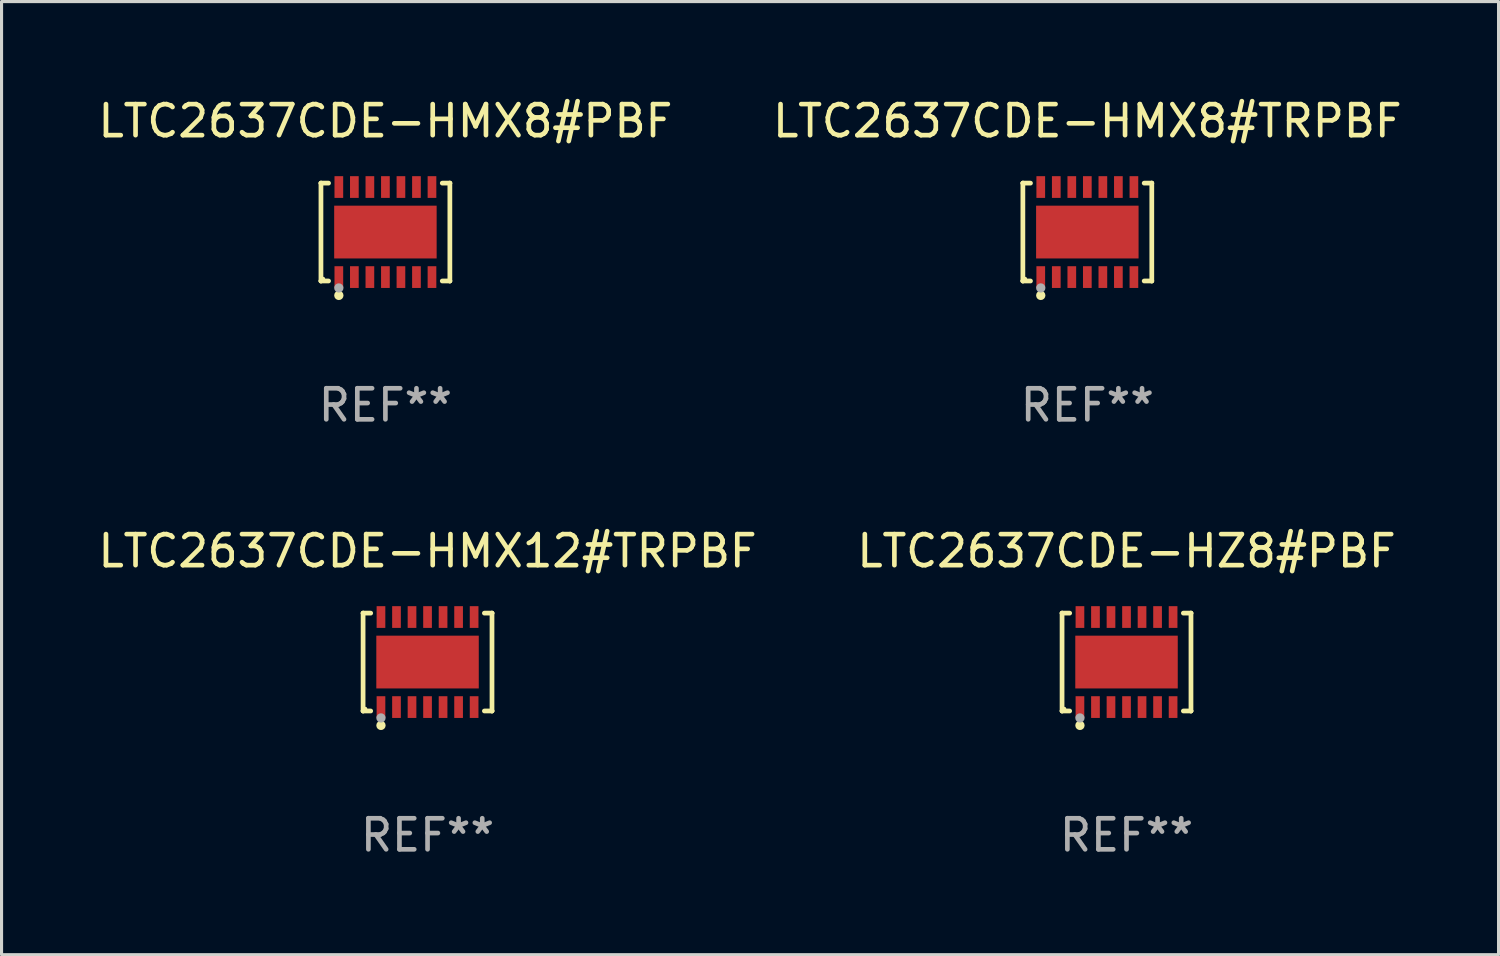
<source format=kicad_pcb>
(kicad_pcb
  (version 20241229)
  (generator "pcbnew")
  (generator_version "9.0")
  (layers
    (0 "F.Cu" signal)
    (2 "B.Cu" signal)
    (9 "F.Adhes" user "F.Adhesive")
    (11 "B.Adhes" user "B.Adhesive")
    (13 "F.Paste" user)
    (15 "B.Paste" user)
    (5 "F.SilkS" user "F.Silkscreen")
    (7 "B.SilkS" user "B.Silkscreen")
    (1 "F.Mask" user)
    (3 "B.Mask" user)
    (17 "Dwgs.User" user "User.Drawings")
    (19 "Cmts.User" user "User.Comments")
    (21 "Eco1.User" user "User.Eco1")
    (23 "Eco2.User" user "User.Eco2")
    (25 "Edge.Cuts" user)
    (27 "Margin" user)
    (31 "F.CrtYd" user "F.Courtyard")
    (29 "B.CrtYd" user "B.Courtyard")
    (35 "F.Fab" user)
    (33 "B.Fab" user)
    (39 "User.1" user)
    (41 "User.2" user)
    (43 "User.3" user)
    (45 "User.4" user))
  (footprint "LTC2637CDE-HMX12#TRPBF"
    (layer "F.Cu")
    (at 10.72 18.273)
    (property "Reference" "LTC2637CDE-HMX12#TRPBF" (at 0 -3.576 0) (layer "F.SilkS") (effects (font (size 1 1) (thickness 0.15))))
    (attr through_hole)
    (fp_line (start -2.076 -1.576) (end -2.076 -1.576) (stroke (width 0.152) (type solid)) (layer "F.SilkS"))
    (fp_line (start -2.076 -1.576) (end -1.831 -1.576) (stroke (width 0.152) (type solid)) (layer "F.SilkS"))
    (fp_line (start -2.076 1.576) (end -2.076 -1.576) (stroke (width 0.152) (type solid)) (layer "F.SilkS"))
    (fp_line (start -2.076 1.576) (end -2.076 1.576) (stroke (width 0.152) (type solid)) (layer "F.SilkS"))
    (fp_line (start -1.831 1.576) (end -2.076 1.576) (stroke (width 0.152) (type solid)) (layer "F.SilkS"))
    (fp_line (start 1.831 1.576) (end 2.076 1.576) (stroke (width 0.152) (type solid)) (layer "F.SilkS"))
    (fp_line (start 2.076 -1.576) (end 1.831 -1.576) (stroke (width 0.152) (type solid)) (layer "F.SilkS"))
    (fp_line (start 2.076 -1.576) (end 2.076 -1.576) (stroke (width 0.152) (type solid)) (layer "F.SilkS"))
    (fp_line (start 2.076 1.576) (end 2.076 -1.576) (stroke (width 0.152) (type solid)) (layer "F.SilkS"))
    (fp_line (start 2.076 1.576) (end 2.076 1.576) (stroke (width 0.152) (type solid)) (layer "F.SilkS"))
    (fp_circle (center -2 1.5) (end -1.97 1.5) (stroke (width 0.06) (type solid)) (fill no) (layer "F.SilkS"))
    (fp_circle (center -1.5 2.04) (end -1.425 2.04) (stroke (width 0.15) (type solid)) (fill no) (layer "F.SilkS"))
    (fp_circle (center -1.5 1.8) (end -1.425 1.8) (stroke (width 0.15) (type solid)) (fill no) (layer "F.Fab"))
    (fp_text user "REF**" (at 0 5.576 0) (layer "F.Fab") (effects (font (size 1 1) (thickness 0.15))))
    (pad "1" smd rect (at -1.5 1.45) (size 0.28 0.7) (layers "F.Cu" "F.Mask" "F.Paste"))
    (pad "2" smd rect (at -1 1.45) (size 0.28 0.7) (layers "F.Cu" "F.Mask" "F.Paste"))
    (pad "3" smd rect (at -0.5 1.45) (size 0.28 0.7) (layers "F.Cu" "F.Mask" "F.Paste"))
    (pad "4" smd rect (at 0 1.45) (size 0.28 0.7) (layers "F.Cu" "F.Mask" "F.Paste"))
    (pad "5" smd rect (at 0.5 1.45) (size 0.28 0.7) (layers "F.Cu" "F.Mask" "F.Paste"))
    (pad "6" smd rect (at 1 1.45) (size 0.28 0.7) (layers "F.Cu" "F.Mask" "F.Paste"))
    (pad "7" smd rect (at 1.5 1.45) (size 0.28 0.7) (layers "F.Cu" "F.Mask" "F.Paste"))
    (pad "8" smd rect (at 1.5 -1.45) (size 0.28 0.7) (layers "F.Cu" "F.Mask" "F.Paste"))
    (pad "9" smd rect (at 1 -1.45) (size 0.28 0.7) (layers "F.Cu" "F.Mask" "F.Paste"))
    (pad "10" smd rect (at 0.5 -1.45) (size 0.28 0.7) (layers "F.Cu" "F.Mask" "F.Paste"))
    (pad "11" smd rect (at 0 -1.45) (size 0.28 0.7) (layers "F.Cu" "F.Mask" "F.Paste"))
    (pad "12" smd rect (at -0.5 -1.45) (size 0.28 0.7) (layers "F.Cu" "F.Mask" "F.Paste"))
    (pad "13" smd rect (at -1 -1.45) (size 0.28 0.7) (layers "F.Cu" "F.Mask" "F.Paste"))
    (pad "14" smd rect (at -1.5 -1.45) (size 0.28 0.7) (layers "F.Cu" "F.Mask" "F.Paste"))
    (pad "15" smd rect (at 0 0) (size 3.3 1.7) (layers "F.Cu" "F.Mask" "F.Paste")))
  (footprint "LTC2637CDE-HZ8#PBF"
    (layer "F.Cu")
    (at 33.232 18.273)
    (property "Reference" "LTC2637CDE-HZ8#PBF" (at 0 -3.576 0) (layer "F.SilkS") (effects (font (size 1 1) (thickness 0.15))))
    (attr through_hole)
    (fp_line (start -2.076 -1.576) (end -2.076 -1.576) (stroke (width 0.152) (type solid)) (layer "F.SilkS"))
    (fp_line (start -2.076 -1.576) (end -1.831 -1.576) (stroke (width 0.152) (type solid)) (layer "F.SilkS"))
    (fp_line (start -2.076 1.576) (end -2.076 -1.576) (stroke (width 0.152) (type solid)) (layer "F.SilkS"))
    (fp_line (start -2.076 1.576) (end -2.076 1.576) (stroke (width 0.152) (type solid)) (layer "F.SilkS"))
    (fp_line (start -1.831 1.576) (end -2.076 1.576) (stroke (width 0.152) (type solid)) (layer "F.SilkS"))
    (fp_line (start 1.831 1.576) (end 2.076 1.576) (stroke (width 0.152) (type solid)) (layer "F.SilkS"))
    (fp_line (start 2.076 -1.576) (end 1.831 -1.576) (stroke (width 0.152) (type solid)) (layer "F.SilkS"))
    (fp_line (start 2.076 -1.576) (end 2.076 -1.576) (stroke (width 0.152) (type solid)) (layer "F.SilkS"))
    (fp_line (start 2.076 1.576) (end 2.076 -1.576) (stroke (width 0.152) (type solid)) (layer "F.SilkS"))
    (fp_line (start 2.076 1.576) (end 2.076 1.576) (stroke (width 0.152) (type solid)) (layer "F.SilkS"))
    (fp_circle (center -2 1.5) (end -1.97 1.5) (stroke (width 0.06) (type solid)) (fill no) (layer "F.SilkS"))
    (fp_circle (center -1.5 2.04) (end -1.425 2.04) (stroke (width 0.15) (type solid)) (fill no) (layer "F.SilkS"))
    (fp_circle (center -1.5 1.8) (end -1.425 1.8) (stroke (width 0.15) (type solid)) (fill no) (layer "F.Fab"))
    (fp_text user "REF**" (at 0 5.576 0) (layer "F.Fab") (effects (font (size 1 1) (thickness 0.15))))
    (pad "1" smd rect (at -1.5 1.45) (size 0.28 0.7) (layers "F.Cu" "F.Mask" "F.Paste"))
    (pad "2" smd rect (at -1 1.45) (size 0.28 0.7) (layers "F.Cu" "F.Mask" "F.Paste"))
    (pad "3" smd rect (at -0.5 1.45) (size 0.28 0.7) (layers "F.Cu" "F.Mask" "F.Paste"))
    (pad "4" smd rect (at 0 1.45) (size 0.28 0.7) (layers "F.Cu" "F.Mask" "F.Paste"))
    (pad "5" smd rect (at 0.5 1.45) (size 0.28 0.7) (layers "F.Cu" "F.Mask" "F.Paste"))
    (pad "6" smd rect (at 1 1.45) (size 0.28 0.7) (layers "F.Cu" "F.Mask" "F.Paste"))
    (pad "7" smd rect (at 1.5 1.45) (size 0.28 0.7) (layers "F.Cu" "F.Mask" "F.Paste"))
    (pad "8" smd rect (at 1.5 -1.45) (size 0.28 0.7) (layers "F.Cu" "F.Mask" "F.Paste"))
    (pad "9" smd rect (at 1 -1.45) (size 0.28 0.7) (layers "F.Cu" "F.Mask" "F.Paste"))
    (pad "10" smd rect (at 0.5 -1.45) (size 0.28 0.7) (layers "F.Cu" "F.Mask" "F.Paste"))
    (pad "11" smd rect (at 0 -1.45) (size 0.28 0.7) (layers "F.Cu" "F.Mask" "F.Paste"))
    (pad "12" smd rect (at -0.5 -1.45) (size 0.28 0.7) (layers "F.Cu" "F.Mask" "F.Paste"))
    (pad "13" smd rect (at -1 -1.45) (size 0.28 0.7) (layers "F.Cu" "F.Mask" "F.Paste"))
    (pad "14" smd rect (at -1.5 -1.45) (size 0.28 0.7) (layers "F.Cu" "F.Mask" "F.Paste"))
    (pad "15" smd rect (at 0 0) (size 3.3 1.7) (layers "F.Cu" "F.Mask" "F.Paste")))
  (footprint "LTC2637CDE-HMX8#TRPBF"
    (layer "F.Cu")
    (at 31.97 4.424)
    (property "Reference" "LTC2637CDE-HMX8#TRPBF" (at 0 -3.576 0) (layer "F.SilkS") (effects (font (size 1 1) (thickness 0.15))))
    (attr through_hole)
    (fp_line (start -2.076 -1.576) (end -2.076 -1.576) (stroke (width 0.152) (type solid)) (layer "F.SilkS"))
    (fp_line (start -2.076 -1.576) (end -1.831 -1.576) (stroke (width 0.152) (type solid)) (layer "F.SilkS"))
    (fp_line (start -2.076 1.576) (end -2.076 -1.576) (stroke (width 0.152) (type solid)) (layer "F.SilkS"))
    (fp_line (start -2.076 1.576) (end -2.076 1.576) (stroke (width 0.152) (type solid)) (layer "F.SilkS"))
    (fp_line (start -1.831 1.576) (end -2.076 1.576) (stroke (width 0.152) (type solid)) (layer "F.SilkS"))
    (fp_line (start 1.831 1.576) (end 2.076 1.576) (stroke (width 0.152) (type solid)) (layer "F.SilkS"))
    (fp_line (start 2.076 -1.576) (end 1.831 -1.576) (stroke (width 0.152) (type solid)) (layer "F.SilkS"))
    (fp_line (start 2.076 -1.576) (end 2.076 -1.576) (stroke (width 0.152) (type solid)) (layer "F.SilkS"))
    (fp_line (start 2.076 1.576) (end 2.076 -1.576) (stroke (width 0.152) (type solid)) (layer "F.SilkS"))
    (fp_line (start 2.076 1.576) (end 2.076 1.576) (stroke (width 0.152) (type solid)) (layer "F.SilkS"))
    (fp_circle (center -2 1.5) (end -1.97 1.5) (stroke (width 0.06) (type solid)) (fill no) (layer "F.SilkS"))
    (fp_circle (center -1.5 2.04) (end -1.425 2.04) (stroke (width 0.15) (type solid)) (fill no) (layer "F.SilkS"))
    (fp_circle (center -1.5 1.8) (end -1.425 1.8) (stroke (width 0.15) (type solid)) (fill no) (layer "F.Fab"))
    (fp_text user "REF**" (at 0 5.576 0) (layer "F.Fab") (effects (font (size 1 1) (thickness 0.15))))
    (pad "1" smd rect (at -1.5 1.45) (size 0.28 0.7) (layers "F.Cu" "F.Mask" "F.Paste"))
    (pad "2" smd rect (at -1 1.45) (size 0.28 0.7) (layers "F.Cu" "F.Mask" "F.Paste"))
    (pad "3" smd rect (at -0.5 1.45) (size 0.28 0.7) (layers "F.Cu" "F.Mask" "F.Paste"))
    (pad "4" smd rect (at 0 1.45) (size 0.28 0.7) (layers "F.Cu" "F.Mask" "F.Paste"))
    (pad "5" smd rect (at 0.5 1.45) (size 0.28 0.7) (layers "F.Cu" "F.Mask" "F.Paste"))
    (pad "6" smd rect (at 1 1.45) (size 0.28 0.7) (layers "F.Cu" "F.Mask" "F.Paste"))
    (pad "7" smd rect (at 1.5 1.45) (size 0.28 0.7) (layers "F.Cu" "F.Mask" "F.Paste"))
    (pad "8" smd rect (at 1.5 -1.45) (size 0.28 0.7) (layers "F.Cu" "F.Mask" "F.Paste"))
    (pad "9" smd rect (at 1 -1.45) (size 0.28 0.7) (layers "F.Cu" "F.Mask" "F.Paste"))
    (pad "10" smd rect (at 0.5 -1.45) (size 0.28 0.7) (layers "F.Cu" "F.Mask" "F.Paste"))
    (pad "11" smd rect (at 0 -1.45) (size 0.28 0.7) (layers "F.Cu" "F.Mask" "F.Paste"))
    (pad "12" smd rect (at -0.5 -1.45) (size 0.28 0.7) (layers "F.Cu" "F.Mask" "F.Paste"))
    (pad "13" smd rect (at -1 -1.45) (size 0.28 0.7) (layers "F.Cu" "F.Mask" "F.Paste"))
    (pad "14" smd rect (at -1.5 -1.45) (size 0.28 0.7) (layers "F.Cu" "F.Mask" "F.Paste"))
    (pad "15" smd rect (at 0 0) (size 3.3 1.7) (layers "F.Cu" "F.Mask" "F.Paste")))
  (footprint "LTC2637CDE-HMX8#PBF"
    (layer "F.Cu")
    (at 9.363 4.424)
    (property "Reference" "LTC2637CDE-HMX8#PBF" (at 0 -3.576 0) (layer "F.SilkS") (effects (font (size 1 1) (thickness 0.15))))
    (attr through_hole)
    (fp_line (start -2.076 -1.576) (end -2.076 -1.576) (stroke (width 0.152) (type solid)) (layer "F.SilkS"))
    (fp_line (start -2.076 -1.576) (end -1.831 -1.576) (stroke (width 0.152) (type solid)) (layer "F.SilkS"))
    (fp_line (start -2.076 1.576) (end -2.076 -1.576) (stroke (width 0.152) (type solid)) (layer "F.SilkS"))
    (fp_line (start -2.076 1.576) (end -2.076 1.576) (stroke (width 0.152) (type solid)) (layer "F.SilkS"))
    (fp_line (start -1.831 1.576) (end -2.076 1.576) (stroke (width 0.152) (type solid)) (layer "F.SilkS"))
    (fp_line (start 1.831 1.576) (end 2.076 1.576) (stroke (width 0.152) (type solid)) (layer "F.SilkS"))
    (fp_line (start 2.076 -1.576) (end 1.831 -1.576) (stroke (width 0.152) (type solid)) (layer "F.SilkS"))
    (fp_line (start 2.076 -1.576) (end 2.076 -1.576) (stroke (width 0.152) (type solid)) (layer "F.SilkS"))
    (fp_line (start 2.076 1.576) (end 2.076 -1.576) (stroke (width 0.152) (type solid)) (layer "F.SilkS"))
    (fp_line (start 2.076 1.576) (end 2.076 1.576) (stroke (width 0.152) (type solid)) (layer "F.SilkS"))
    (fp_circle (center -2 1.5) (end -1.97 1.5) (stroke (width 0.06) (type solid)) (fill no) (layer "F.SilkS"))
    (fp_circle (center -1.5 2.04) (end -1.425 2.04) (stroke (width 0.15) (type solid)) (fill no) (layer "F.SilkS"))
    (fp_circle (center -1.5 1.8) (end -1.425 1.8) (stroke (width 0.15) (type solid)) (fill no) (layer "F.Fab"))
    (fp_text user "REF**" (at 0 5.576 0) (layer "F.Fab") (effects (font (size 1 1) (thickness 0.15))))
    (pad "1" smd rect (at -1.5 1.45) (size 0.28 0.7) (layers "F.Cu" "F.Mask" "F.Paste"))
    (pad "2" smd rect (at -1 1.45) (size 0.28 0.7) (layers "F.Cu" "F.Mask" "F.Paste"))
    (pad "3" smd rect (at -0.5 1.45) (size 0.28 0.7) (layers "F.Cu" "F.Mask" "F.Paste"))
    (pad "4" smd rect (at 0 1.45) (size 0.28 0.7) (layers "F.Cu" "F.Mask" "F.Paste"))
    (pad "5" smd rect (at 0.5 1.45) (size 0.28 0.7) (layers "F.Cu" "F.Mask" "F.Paste"))
    (pad "6" smd rect (at 1 1.45) (size 0.28 0.7) (layers "F.Cu" "F.Mask" "F.Paste"))
    (pad "7" smd rect (at 1.5 1.45) (size 0.28 0.7) (layers "F.Cu" "F.Mask" "F.Paste"))
    (pad "8" smd rect (at 1.5 -1.45) (size 0.28 0.7) (layers "F.Cu" "F.Mask" "F.Paste"))
    (pad "9" smd rect (at 1 -1.45) (size 0.28 0.7) (layers "F.Cu" "F.Mask" "F.Paste"))
    (pad "10" smd rect (at 0.5 -1.45) (size 0.28 0.7) (layers "F.Cu" "F.Mask" "F.Paste"))
    (pad "11" smd rect (at 0 -1.45) (size 0.28 0.7) (layers "F.Cu" "F.Mask" "F.Paste"))
    (pad "12" smd rect (at -0.5 -1.45) (size 0.28 0.7) (layers "F.Cu" "F.Mask" "F.Paste"))
    (pad "13" smd rect (at -1 -1.45) (size 0.28 0.7) (layers "F.Cu" "F.Mask" "F.Paste"))
    (pad "14" smd rect (at -1.5 -1.45) (size 0.28 0.7) (layers "F.Cu" "F.Mask" "F.Paste"))
    (pad "15" smd rect (at 0 0) (size 3.3 1.7) (layers "F.Cu" "F.Mask" "F.Paste")))
  (gr_rect
    (start -3 -3)
    (end 45.214 27.698)
    (stroke (width 0.1) (type default))
    (fill no)
    (layer "Edge.Cuts")))
</source>
